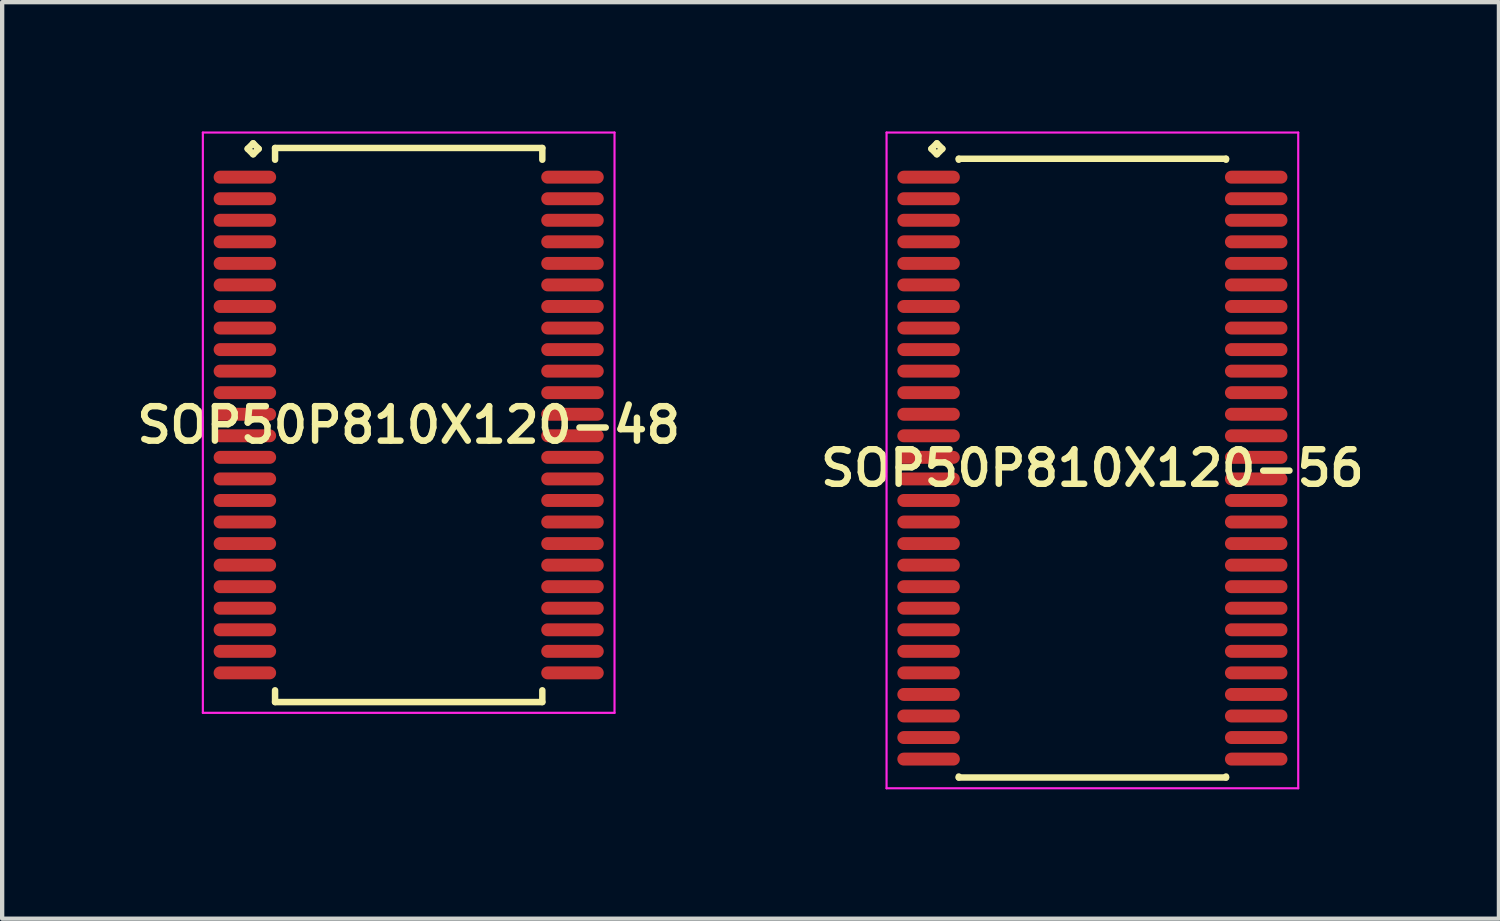
<source format=kicad_pcb>
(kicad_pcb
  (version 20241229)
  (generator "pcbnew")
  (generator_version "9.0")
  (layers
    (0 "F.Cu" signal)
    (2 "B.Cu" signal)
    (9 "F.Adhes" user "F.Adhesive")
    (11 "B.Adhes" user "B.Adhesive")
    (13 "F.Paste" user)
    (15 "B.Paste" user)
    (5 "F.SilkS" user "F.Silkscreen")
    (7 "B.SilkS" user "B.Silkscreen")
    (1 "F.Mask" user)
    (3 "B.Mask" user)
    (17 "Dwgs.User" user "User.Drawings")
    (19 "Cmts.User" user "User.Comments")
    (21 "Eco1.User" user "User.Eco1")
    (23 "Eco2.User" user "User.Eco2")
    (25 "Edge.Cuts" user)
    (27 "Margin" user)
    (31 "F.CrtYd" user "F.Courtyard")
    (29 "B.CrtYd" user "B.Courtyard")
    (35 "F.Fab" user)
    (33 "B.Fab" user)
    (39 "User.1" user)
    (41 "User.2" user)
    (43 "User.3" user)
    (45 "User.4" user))
  (footprint "SOP50P810X120-56"
    (layer "F.Cu")
    (at 22.292 7.81)
    (property "Reference" "SOP50P810X120-56" (at 0 0 0) (layer "F.SilkS") (effects (font (size 0.8 0.8) (thickness 0.15))))
    (attr smd)
    (fp_line (start -3.735 -7.408) (end -3.608 -7.535) (stroke (width 0.15) (type solid)) (layer "F.SilkS"))
    (fp_line (start -3.608 -7.535) (end -3.481 -7.408) (stroke (width 0.15) (type solid)) (layer "F.SilkS"))
    (fp_line (start -3.608 -7.281) (end -3.735 -7.408) (stroke (width 0.15) (type solid)) (layer "F.SilkS"))
    (fp_line (start -3.481 -7.408) (end -3.608 -7.281) (stroke (width 0.15) (type solid)) (layer "F.SilkS"))
    (fp_line (start -3.1 -7.177) (end 3.1 -7.177) (stroke (width 0.15) (type solid)) (layer "F.SilkS"))
    (fp_line (start -3.1 -7.154) (end -3.1 -7.177) (stroke (width 0.15) (type solid)) (layer "F.SilkS"))
    (fp_line (start -3.1 7.154) (end -3.1 7.177) (stroke (width 0.15) (type solid)) (layer "F.SilkS"))
    (fp_line (start -3.1 7.177) (end 3.1 7.177) (stroke (width 0.15) (type solid)) (layer "F.SilkS"))
    (fp_line (start 3.1 -7.177) (end 3.1 -7.154) (stroke (width 0.15) (type solid)) (layer "F.SilkS"))
    (fp_line (start 3.1 7.177) (end 3.1 7.154) (stroke (width 0.15) (type solid)) (layer "F.SilkS"))
    (fp_line (start -4.775 -7.785) (end 4.775 -7.785) (stroke (width 0.05) (type solid)) (layer "F.CrtYd"))
    (fp_line (start -4.775 7.427) (end -4.775 -7.785) (stroke (width 0.05) (type solid)) (layer "F.CrtYd"))
    (fp_line (start 4.775 -7.785) (end 4.775 7.427) (stroke (width 0.05) (type solid)) (layer "F.CrtYd"))
    (fp_line (start 4.775 7.427) (end -4.775 7.427) (stroke (width 0.05) (type solid)) (layer "F.CrtYd"))
    (pad "1" smd oval (at -3.8 -6.75) (size 1.45 0.3) (layers "F.Cu" "F.Mask" "F.Paste"))
    (pad "2" smd oval (at -3.8 -6.25) (size 1.45 0.3) (layers "F.Cu" "F.Mask" "F.Paste"))
    (pad "3" smd oval (at -3.8 -5.75) (size 1.45 0.3) (layers "F.Cu" "F.Mask" "F.Paste"))
    (pad "4" smd oval (at -3.8 -5.25) (size 1.45 0.3) (layers "F.Cu" "F.Mask" "F.Paste"))
    (pad "5" smd oval (at -3.8 -4.75) (size 1.45 0.3) (layers "F.Cu" "F.Mask" "F.Paste"))
    (pad "6" smd oval (at -3.8 -4.25) (size 1.45 0.3) (layers "F.Cu" "F.Mask" "F.Paste"))
    (pad "7" smd oval (at -3.8 -3.75) (size 1.45 0.3) (layers "F.Cu" "F.Mask" "F.Paste"))
    (pad "8" smd oval (at -3.8 -3.25) (size 1.45 0.3) (layers "F.Cu" "F.Mask" "F.Paste"))
    (pad "9" smd oval (at -3.8 -2.75) (size 1.45 0.3) (layers "F.Cu" "F.Mask" "F.Paste"))
    (pad "10" smd oval (at -3.8 -2.25) (size 1.45 0.3) (layers "F.Cu" "F.Mask" "F.Paste"))
    (pad "11" smd oval (at -3.8 -1.75) (size 1.45 0.3) (layers "F.Cu" "F.Mask" "F.Paste"))
    (pad "12" smd oval (at -3.8 -1.25) (size 1.45 0.3) (layers "F.Cu" "F.Mask" "F.Paste"))
    (pad "13" smd oval (at -3.8 -0.75) (size 1.45 0.3) (layers "F.Cu" "F.Mask" "F.Paste"))
    (pad "14" smd oval (at -3.8 -0.25) (size 1.45 0.3) (layers "F.Cu" "F.Mask" "F.Paste"))
    (pad "15" smd oval (at -3.8 0.25) (size 1.45 0.3) (layers "F.Cu" "F.Mask" "F.Paste"))
    (pad "16" smd oval (at -3.8 0.75) (size 1.45 0.3) (layers "F.Cu" "F.Mask" "F.Paste"))
    (pad "17" smd oval (at -3.8 1.25) (size 1.45 0.3) (layers "F.Cu" "F.Mask" "F.Paste"))
    (pad "18" smd oval (at -3.8 1.75) (size 1.45 0.3) (layers "F.Cu" "F.Mask" "F.Paste"))
    (pad "19" smd oval (at -3.8 2.25) (size 1.45 0.3) (layers "F.Cu" "F.Mask" "F.Paste"))
    (pad "20" smd oval (at -3.8 2.75) (size 1.45 0.3) (layers "F.Cu" "F.Mask" "F.Paste"))
    (pad "21" smd oval (at -3.8 3.25) (size 1.45 0.3) (layers "F.Cu" "F.Mask" "F.Paste"))
    (pad "22" smd oval (at -3.8 3.75) (size 1.45 0.3) (layers "F.Cu" "F.Mask" "F.Paste"))
    (pad "23" smd oval (at -3.8 4.25) (size 1.45 0.3) (layers "F.Cu" "F.Mask" "F.Paste"))
    (pad "24" smd oval (at -3.8 4.75) (size 1.45 0.3) (layers "F.Cu" "F.Mask" "F.Paste"))
    (pad "25" smd oval (at -3.8 5.25) (size 1.45 0.3) (layers "F.Cu" "F.Mask" "F.Paste"))
    (pad "26" smd oval (at -3.8 5.75) (size 1.45 0.3) (layers "F.Cu" "F.Mask" "F.Paste"))
    (pad "27" smd oval (at -3.8 6.25) (size 1.45 0.3) (layers "F.Cu" "F.Mask" "F.Paste"))
    (pad "28" smd oval (at -3.8 6.75) (size 1.45 0.3) (layers "F.Cu" "F.Mask" "F.Paste"))
    (pad "29" smd oval (at 3.8 6.75) (size 1.45 0.3) (layers "F.Cu" "F.Mask" "F.Paste"))
    (pad "30" smd oval (at 3.8 6.25) (size 1.45 0.3) (layers "F.Cu" "F.Mask" "F.Paste"))
    (pad "31" smd oval (at 3.8 5.75) (size 1.45 0.3) (layers "F.Cu" "F.Mask" "F.Paste"))
    (pad "32" smd oval (at 3.8 5.25) (size 1.45 0.3) (layers "F.Cu" "F.Mask" "F.Paste"))
    (pad "33" smd oval (at 3.8 4.75) (size 1.45 0.3) (layers "F.Cu" "F.Mask" "F.Paste"))
    (pad "34" smd oval (at 3.8 4.25) (size 1.45 0.3) (layers "F.Cu" "F.Mask" "F.Paste"))
    (pad "35" smd oval (at 3.8 3.75) (size 1.45 0.3) (layers "F.Cu" "F.Mask" "F.Paste"))
    (pad "36" smd oval (at 3.8 3.25) (size 1.45 0.3) (layers "F.Cu" "F.Mask" "F.Paste"))
    (pad "37" smd oval (at 3.8 2.75) (size 1.45 0.3) (layers "F.Cu" "F.Mask" "F.Paste"))
    (pad "38" smd oval (at 3.8 2.25) (size 1.45 0.3) (layers "F.Cu" "F.Mask" "F.Paste"))
    (pad "39" smd oval (at 3.8 1.75) (size 1.45 0.3) (layers "F.Cu" "F.Mask" "F.Paste"))
    (pad "40" smd oval (at 3.8 1.25) (size 1.45 0.3) (layers "F.Cu" "F.Mask" "F.Paste"))
    (pad "41" smd oval (at 3.8 0.75) (size 1.45 0.3) (layers "F.Cu" "F.Mask" "F.Paste"))
    (pad "42" smd oval (at 3.8 0.25) (size 1.45 0.3) (layers "F.Cu" "F.Mask" "F.Paste"))
    (pad "43" smd oval (at 3.8 -0.25) (size 1.45 0.3) (layers "F.Cu" "F.Mask" "F.Paste"))
    (pad "44" smd oval (at 3.8 -0.75) (size 1.45 0.3) (layers "F.Cu" "F.Mask" "F.Paste"))
    (pad "45" smd oval (at 3.8 -1.25) (size 1.45 0.3) (layers "F.Cu" "F.Mask" "F.Paste"))
    (pad "46" smd oval (at 3.8 -1.75) (size 1.45 0.3) (layers "F.Cu" "F.Mask" "F.Paste"))
    (pad "47" smd oval (at 3.8 -2.25) (size 1.45 0.3) (layers "F.Cu" "F.Mask" "F.Paste"))
    (pad "48" smd oval (at 3.8 -2.75) (size 1.45 0.3) (layers "F.Cu" "F.Mask" "F.Paste"))
    (pad "49" smd oval (at 3.8 -3.25) (size 1.45 0.3) (layers "F.Cu" "F.Mask" "F.Paste"))
    (pad "50" smd oval (at 3.8 -3.75) (size 1.45 0.3) (layers "F.Cu" "F.Mask" "F.Paste"))
    (pad "51" smd oval (at 3.8 -4.25) (size 1.45 0.3) (layers "F.Cu" "F.Mask" "F.Paste"))
    (pad "52" smd oval (at 3.8 -4.75) (size 1.45 0.3) (layers "F.Cu" "F.Mask" "F.Paste"))
    (pad "53" smd oval (at 3.8 -5.25) (size 1.45 0.3) (layers "F.Cu" "F.Mask" "F.Paste"))
    (pad "54" smd oval (at 3.8 -5.75) (size 1.45 0.3) (layers "F.Cu" "F.Mask" "F.Paste"))
    (pad "55" smd oval (at 3.8 -6.25) (size 1.45 0.3) (layers "F.Cu" "F.Mask" "F.Paste"))
    (pad "56" smd oval (at 3.8 -6.75) (size 1.45 0.3) (layers "F.Cu" "F.Mask" "F.Paste")))
  (footprint "SOP50P810X120-48"
    (layer "F.Cu")
    (at 6.431 6.81)
    (property "Reference" "SOP50P810X120-48" (at 0 0 0) (layer "F.SilkS") (effects (font (size 0.8 0.8) (thickness 0.15))))
    (attr smd)
    (fp_line (start -3.735 -6.408) (end -3.608 -6.535) (stroke (width 0.15) (type solid)) (layer "F.SilkS"))
    (fp_line (start -3.608 -6.535) (end -3.481 -6.408) (stroke (width 0.15) (type solid)) (layer "F.SilkS"))
    (fp_line (start -3.608 -6.281) (end -3.735 -6.408) (stroke (width 0.15) (type solid)) (layer "F.SilkS"))
    (fp_line (start -3.481 -6.408) (end -3.608 -6.281) (stroke (width 0.15) (type solid)) (layer "F.SilkS"))
    (fp_line (start -3.1 -6.427) (end 3.1 -6.427) (stroke (width 0.15) (type solid)) (layer "F.SilkS"))
    (fp_line (start -3.1 -6.154) (end -3.1 -6.427) (stroke (width 0.15) (type solid)) (layer "F.SilkS"))
    (fp_line (start -3.1 6.154) (end -3.1 6.427) (stroke (width 0.15) (type solid)) (layer "F.SilkS"))
    (fp_line (start -3.1 6.427) (end 3.1 6.427) (stroke (width 0.15) (type solid)) (layer "F.SilkS"))
    (fp_line (start 3.1 -6.427) (end 3.1 -6.154) (stroke (width 0.15) (type solid)) (layer "F.SilkS"))
    (fp_line (start 3.1 6.427) (end 3.1 6.154) (stroke (width 0.15) (type solid)) (layer "F.SilkS"))
    (fp_line (start -4.775 -6.785) (end 4.775 -6.785) (stroke (width 0.05) (type solid)) (layer "F.CrtYd"))
    (fp_line (start -4.775 6.677) (end -4.775 -6.785) (stroke (width 0.05) (type solid)) (layer "F.CrtYd"))
    (fp_line (start 4.775 -6.785) (end 4.775 6.677) (stroke (width 0.05) (type solid)) (layer "F.CrtYd"))
    (fp_line (start 4.775 6.677) (end -4.775 6.677) (stroke (width 0.05) (type solid)) (layer "F.CrtYd"))
    (pad "1" smd oval (at -3.8 -5.75) (size 1.45 0.3) (layers "F.Cu" "F.Mask" "F.Paste"))
    (pad "2" smd oval (at -3.8 -5.25) (size 1.45 0.3) (layers "F.Cu" "F.Mask" "F.Paste"))
    (pad "3" smd oval (at -3.8 -4.75) (size 1.45 0.3) (layers "F.Cu" "F.Mask" "F.Paste"))
    (pad "4" smd oval (at -3.8 -4.25) (size 1.45 0.3) (layers "F.Cu" "F.Mask" "F.Paste"))
    (pad "5" smd oval (at -3.8 -3.75) (size 1.45 0.3) (layers "F.Cu" "F.Mask" "F.Paste"))
    (pad "6" smd oval (at -3.8 -3.25) (size 1.45 0.3) (layers "F.Cu" "F.Mask" "F.Paste"))
    (pad "7" smd oval (at -3.8 -2.75) (size 1.45 0.3) (layers "F.Cu" "F.Mask" "F.Paste"))
    (pad "8" smd oval (at -3.8 -2.25) (size 1.45 0.3) (layers "F.Cu" "F.Mask" "F.Paste"))
    (pad "9" smd oval (at -3.8 -1.75) (size 1.45 0.3) (layers "F.Cu" "F.Mask" "F.Paste"))
    (pad "10" smd oval (at -3.8 -1.25) (size 1.45 0.3) (layers "F.Cu" "F.Mask" "F.Paste"))
    (pad "11" smd oval (at -3.8 -0.75) (size 1.45 0.3) (layers "F.Cu" "F.Mask" "F.Paste"))
    (pad "12" smd oval (at -3.8 -0.25) (size 1.45 0.3) (layers "F.Cu" "F.Mask" "F.Paste"))
    (pad "13" smd oval (at -3.8 0.25) (size 1.45 0.3) (layers "F.Cu" "F.Mask" "F.Paste"))
    (pad "14" smd oval (at -3.8 0.75) (size 1.45 0.3) (layers "F.Cu" "F.Mask" "F.Paste"))
    (pad "15" smd oval (at -3.8 1.25) (size 1.45 0.3) (layers "F.Cu" "F.Mask" "F.Paste"))
    (pad "16" smd oval (at -3.8 1.75) (size 1.45 0.3) (layers "F.Cu" "F.Mask" "F.Paste"))
    (pad "17" smd oval (at -3.8 2.25) (size 1.45 0.3) (layers "F.Cu" "F.Mask" "F.Paste"))
    (pad "18" smd oval (at -3.8 2.75) (size 1.45 0.3) (layers "F.Cu" "F.Mask" "F.Paste"))
    (pad "19" smd oval (at -3.8 3.25) (size 1.45 0.3) (layers "F.Cu" "F.Mask" "F.Paste"))
    (pad "20" smd oval (at -3.8 3.75) (size 1.45 0.3) (layers "F.Cu" "F.Mask" "F.Paste"))
    (pad "21" smd oval (at -3.8 4.25) (size 1.45 0.3) (layers "F.Cu" "F.Mask" "F.Paste"))
    (pad "22" smd oval (at -3.8 4.75) (size 1.45 0.3) (layers "F.Cu" "F.Mask" "F.Paste"))
    (pad "23" smd oval (at -3.8 5.25) (size 1.45 0.3) (layers "F.Cu" "F.Mask" "F.Paste"))
    (pad "24" smd oval (at -3.8 5.75) (size 1.45 0.3) (layers "F.Cu" "F.Mask" "F.Paste"))
    (pad "25" smd oval (at 3.8 5.75) (size 1.45 0.3) (layers "F.Cu" "F.Mask" "F.Paste"))
    (pad "26" smd oval (at 3.8 5.25) (size 1.45 0.3) (layers "F.Cu" "F.Mask" "F.Paste"))
    (pad "27" smd oval (at 3.8 4.75) (size 1.45 0.3) (layers "F.Cu" "F.Mask" "F.Paste"))
    (pad "28" smd oval (at 3.8 4.25) (size 1.45 0.3) (layers "F.Cu" "F.Mask" "F.Paste"))
    (pad "29" smd oval (at 3.8 3.75) (size 1.45 0.3) (layers "F.Cu" "F.Mask" "F.Paste"))
    (pad "30" smd oval (at 3.8 3.25) (size 1.45 0.3) (layers "F.Cu" "F.Mask" "F.Paste"))
    (pad "31" smd oval (at 3.8 2.75) (size 1.45 0.3) (layers "F.Cu" "F.Mask" "F.Paste"))
    (pad "32" smd oval (at 3.8 2.25) (size 1.45 0.3) (layers "F.Cu" "F.Mask" "F.Paste"))
    (pad "33" smd oval (at 3.8 1.75) (size 1.45 0.3) (layers "F.Cu" "F.Mask" "F.Paste"))
    (pad "34" smd oval (at 3.8 1.25) (size 1.45 0.3) (layers "F.Cu" "F.Mask" "F.Paste"))
    (pad "35" smd oval (at 3.8 0.75) (size 1.45 0.3) (layers "F.Cu" "F.Mask" "F.Paste"))
    (pad "36" smd oval (at 3.8 0.25) (size 1.45 0.3) (layers "F.Cu" "F.Mask" "F.Paste"))
    (pad "37" smd oval (at 3.8 -0.25) (size 1.45 0.3) (layers "F.Cu" "F.Mask" "F.Paste"))
    (pad "38" smd oval (at 3.8 -0.75) (size 1.45 0.3) (layers "F.Cu" "F.Mask" "F.Paste"))
    (pad "39" smd oval (at 3.8 -1.25) (size 1.45 0.3) (layers "F.Cu" "F.Mask" "F.Paste"))
    (pad "40" smd oval (at 3.8 -1.75) (size 1.45 0.3) (layers "F.Cu" "F.Mask" "F.Paste"))
    (pad "41" smd oval (at 3.8 -2.25) (size 1.45 0.3) (layers "F.Cu" "F.Mask" "F.Paste"))
    (pad "42" smd oval (at 3.8 -2.75) (size 1.45 0.3) (layers "F.Cu" "F.Mask" "F.Paste"))
    (pad "43" smd oval (at 3.8 -3.25) (size 1.45 0.3) (layers "F.Cu" "F.Mask" "F.Paste"))
    (pad "44" smd oval (at 3.8 -3.75) (size 1.45 0.3) (layers "F.Cu" "F.Mask" "F.Paste"))
    (pad "45" smd oval (at 3.8 -4.25) (size 1.45 0.3) (layers "F.Cu" "F.Mask" "F.Paste"))
    (pad "46" smd oval (at 3.8 -4.75) (size 1.45 0.3) (layers "F.Cu" "F.Mask" "F.Paste"))
    (pad "47" smd oval (at 3.8 -5.25) (size 1.45 0.3) (layers "F.Cu" "F.Mask" "F.Paste"))
    (pad "48" smd oval (at 3.8 -5.75) (size 1.45 0.3) (layers "F.Cu" "F.Mask" "F.Paste")))
  (gr_rect
    (start -3 -3)
    (end 31.723 18.262)
    (stroke (width 0.1) (type default))
    (fill no)
    (layer "Edge.Cuts")))
</source>
